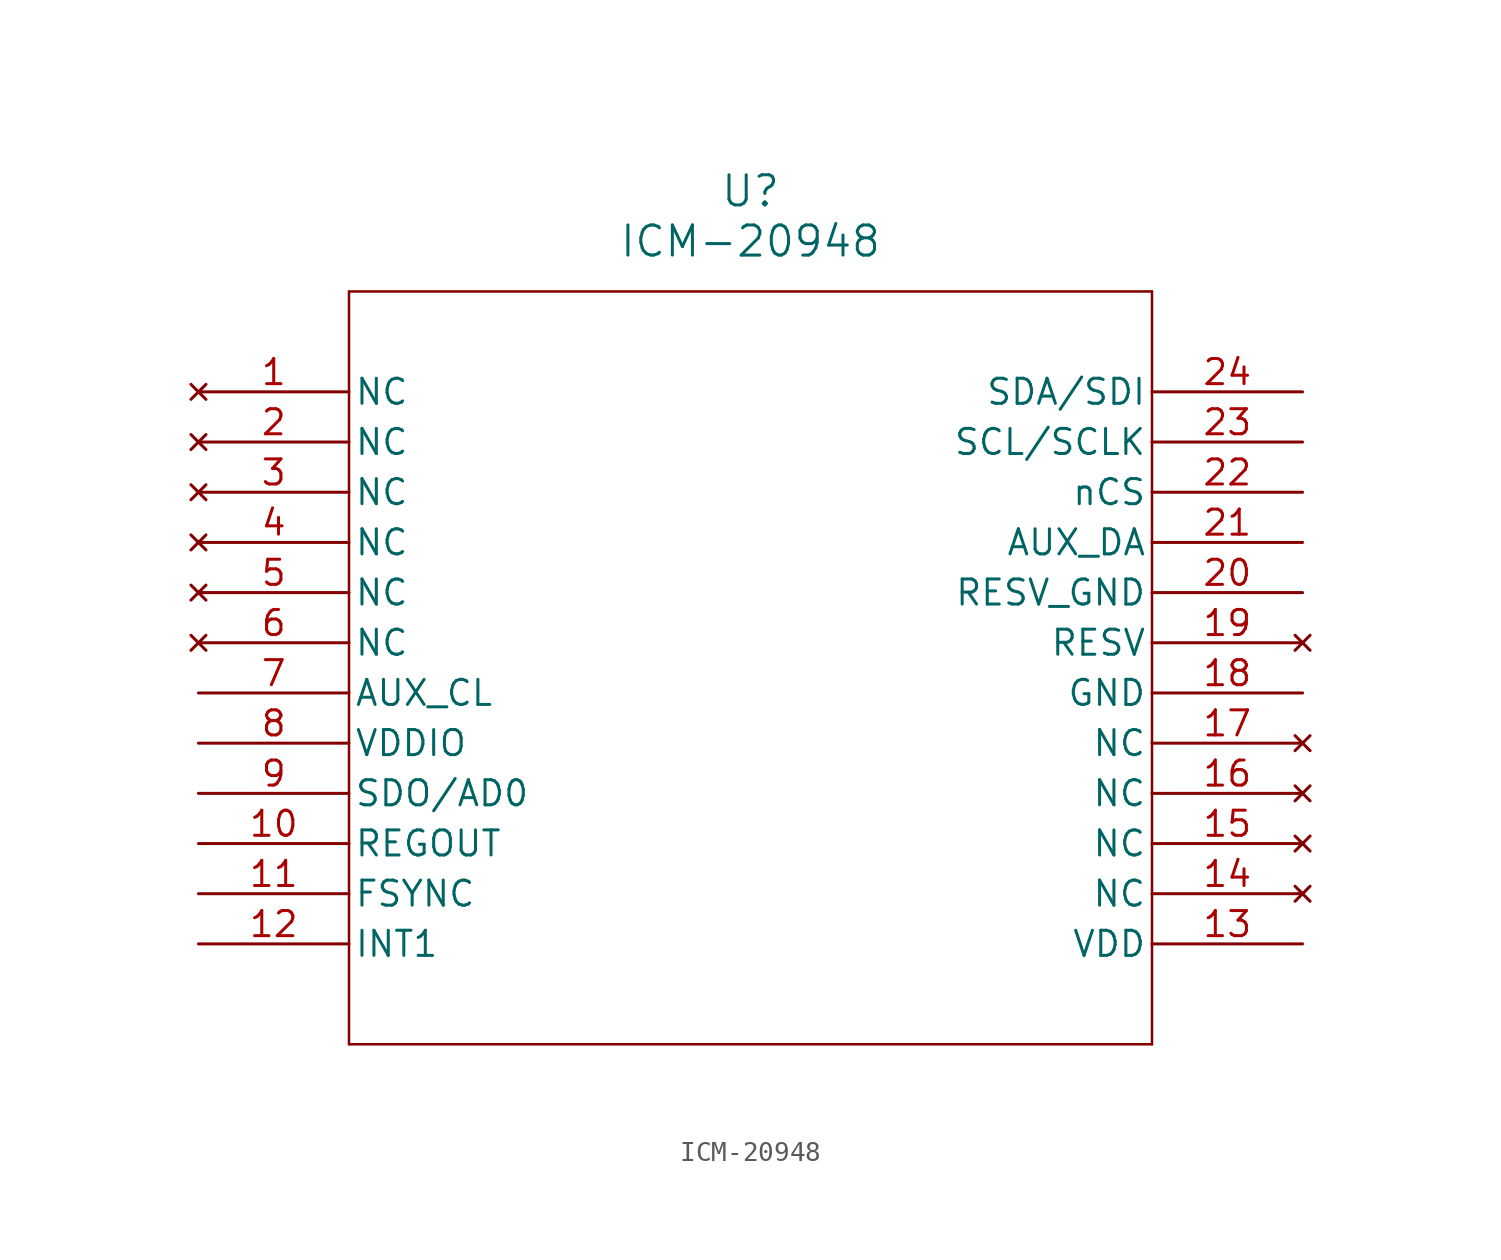
<source format=kicad_sym>
(kicad_symbol_lib
  (version 20211014)
  (generator kicad_symbol_editor)
  (symbol "ICM-20948"
    (pin_names
      (offset 0.254))
    (property "Reference" "U"
      (at 27.94 10.16 0)
      (effects (font (size 1.524 1.524))))
    (property "Value" "ICM-20948"
      (at 27.94 7.62 0)
      (effects (font (size 1.524 1.524))))
    (symbol "ICM-20948_0_1"
      (polyline (pts (xy 7.62 5.08) (xy 7.62 -33.02)) (stroke (width 0.127) (type default) (color 0 0 0 0)) (fill (type none)))
      (polyline (pts (xy 7.62 -33.02) (xy 48.26 -33.02)) (stroke (width 0.127) (type default) (color 0 0 0 0)) (fill (type none)))
      (polyline (pts (xy 48.26 -33.02) (xy 48.26 5.08)) (stroke (width 0.127) (type default) (color 0 0 0 0)) (fill (type none)))
      (polyline (pts (xy 48.26 5.08) (xy 7.62 5.08)) (stroke (width 0.127) (type default) (color 0 0 0 0)) (fill (type none)))
      (pin no_connect line (at 0 0 0) (length 7.62) (name "NC" (effects (font (size 1.27 1.27)))) (number "1" (effects (font (size 1.27 1.27)))))
      (pin no_connect line (at 0 -2.54 0) (length 7.62) (name "NC" (effects (font (size 1.27 1.27)))) (number "2" (effects (font (size 1.27 1.27)))))
      (pin no_connect line (at 0 -5.08 0) (length 7.62) (name "NC" (effects (font (size 1.27 1.27)))) (number "3" (effects (font (size 1.27 1.27)))))
      (pin no_connect line (at 0 -7.62 0) (length 7.62) (name "NC" (effects (font (size 1.27 1.27)))) (number "4" (effects (font (size 1.27 1.27)))))
      (pin no_connect line (at 0 -10.16 0) (length 7.62) (name "NC" (effects (font (size 1.27 1.27)))) (number "5" (effects (font (size 1.27 1.27)))))
      (pin no_connect line (at 0 -12.7 0) (length 7.62) (name "NC" (effects (font (size 1.27 1.27)))) (number "6" (effects (font (size 1.27 1.27)))))
      (pin unspecified line (at 0 -15.24 0) (length 7.62) (name "AUX_CL" (effects (font (size 1.27 1.27)))) (number "7" (effects (font (size 1.27 1.27)))))
      (pin power_in line (at 0 -17.78 0) (length 7.62) (name "VDDIO" (effects (font (size 1.27 1.27)))) (number "8" (effects (font (size 1.27 1.27)))))
      (pin bidirectional line (at 0 -20.32 0) (length 7.62) (name "SDO/AD0" (effects (font (size 1.27 1.27)))) (number "9" (effects (font (size 1.27 1.27)))))
      (pin output line (at 0 -22.86 0) (length 7.62) (name "REGOUT" (effects (font (size 1.27 1.27)))) (number "10" (effects (font (size 1.27 1.27)))))
      (pin input line (at 0 -25.4 0) (length 7.62) (name "FSYNC" (effects (font (size 1.27 1.27)))) (number "11" (effects (font (size 1.27 1.27)))))
      (pin output line (at 0 -27.94 0) (length 7.62) (name "INT1" (effects (font (size 1.27 1.27)))) (number "12" (effects (font (size 1.27 1.27)))))
      (pin power_in line (at 55.88 -27.94 180) (length 7.62) (name "VDD" (effects (font (size 1.27 1.27)))) (number "13" (effects (font (size 1.27 1.27)))))
      (pin no_connect line (at 55.88 -25.4 180) (length 7.62) (name "NC" (effects (font (size 1.27 1.27)))) (number "14" (effects (font (size 1.27 1.27)))))
      (pin no_connect line (at 55.88 -22.86 180) (length 7.62) (name "NC" (effects (font (size 1.27 1.27)))) (number "15" (effects (font (size 1.27 1.27)))))
      (pin no_connect line (at 55.88 -20.32 180) (length 7.62) (name "NC" (effects (font (size 1.27 1.27)))) (number "16" (effects (font (size 1.27 1.27)))))
      (pin no_connect line (at 55.88 -17.78 180) (length 7.62) (name "NC" (effects (font (size 1.27 1.27)))) (number "17" (effects (font (size 1.27 1.27)))))
      (pin power_out line (at 55.88 -15.24 180) (length 7.62) (name "GND" (effects (font (size 1.27 1.27)))) (number "18" (effects (font (size 1.27 1.27)))))
      (pin no_connect line (at 55.88 -12.7 180) (length 7.62) (name "RESV" (effects (font (size 1.27 1.27)))) (number "19" (effects (font (size 1.27 1.27)))))
      (pin power_out line (at 55.88 -10.16 180) (length 7.62) (name "RESV_GND" (effects (font (size 1.27 1.27)))) (number "20" (effects (font (size 1.27 1.27)))))
      (pin unspecified line (at 55.88 -7.62 180) (length 7.62) (name "AUX_DA" (effects (font (size 1.27 1.27)))) (number "21" (effects (font (size 1.27 1.27)))))
      (pin input line (at 55.88 -5.08 180) (length 7.62) (name "nCS" (effects (font (size 1.27 1.27)))) (number "22" (effects (font (size 1.27 1.27)))))
      (pin input line (at 55.88 -2.54 180) (length 7.62) (name "SCL/SCLK" (effects (font (size 1.27 1.27)))) (number "23" (effects (font (size 1.27 1.27)))))
      (pin input line (at 55.88 0 180) (length 7.62) (name "SDA/SDI" (effects (font (size 1.27 1.27)))) (number "24" (effects (font (size 1.27 1.27))))))))
</source>
